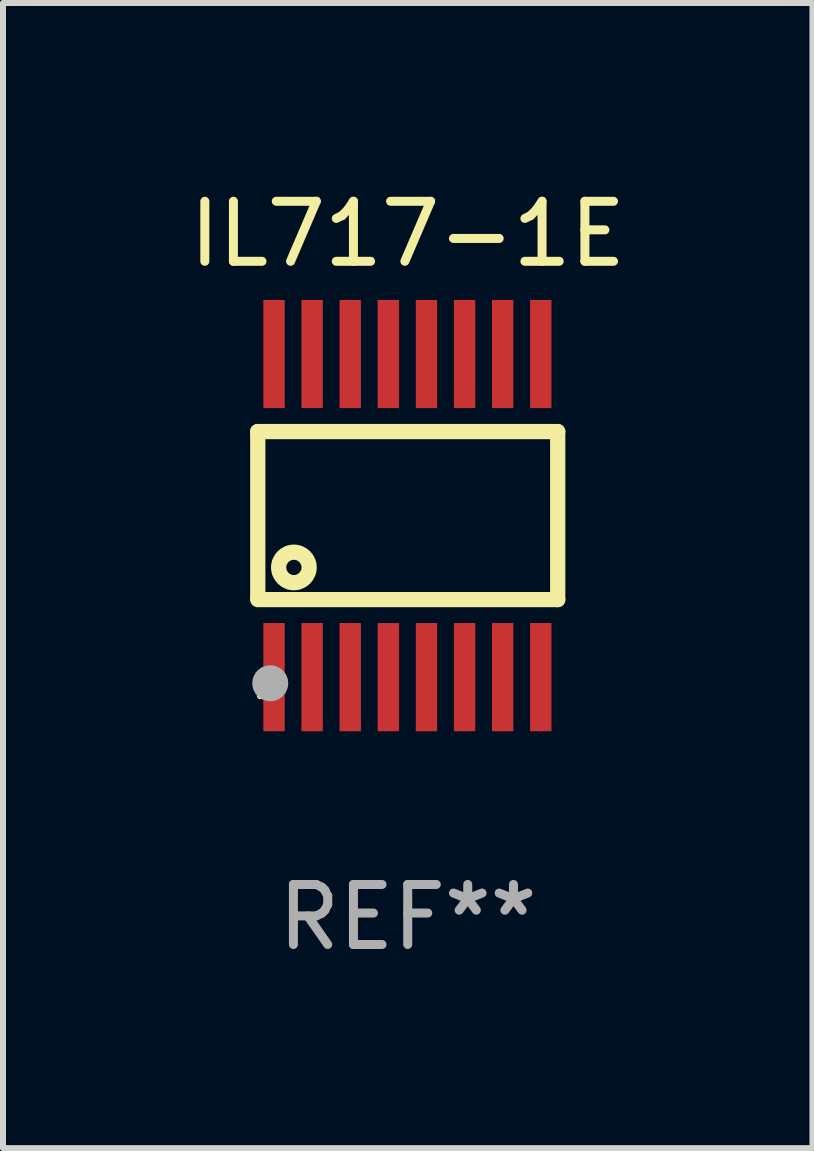
<source format=kicad_pcb>
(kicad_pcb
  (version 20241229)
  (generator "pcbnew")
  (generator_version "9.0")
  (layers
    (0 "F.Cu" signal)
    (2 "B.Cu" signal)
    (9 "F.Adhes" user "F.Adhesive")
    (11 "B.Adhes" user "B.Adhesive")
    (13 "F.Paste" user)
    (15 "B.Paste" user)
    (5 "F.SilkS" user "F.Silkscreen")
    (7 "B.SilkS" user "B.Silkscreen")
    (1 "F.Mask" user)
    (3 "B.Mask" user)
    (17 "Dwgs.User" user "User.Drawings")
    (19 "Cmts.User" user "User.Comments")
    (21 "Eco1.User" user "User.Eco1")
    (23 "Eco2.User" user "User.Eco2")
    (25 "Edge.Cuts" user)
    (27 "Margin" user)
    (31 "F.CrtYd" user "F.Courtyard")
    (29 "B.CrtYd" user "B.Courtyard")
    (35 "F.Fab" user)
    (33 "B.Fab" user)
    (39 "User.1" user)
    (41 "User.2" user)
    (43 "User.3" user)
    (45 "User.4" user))
  (footprint "IL717-1E"
    (layer "F.Cu")
    (at 3.744 5.541)
    (property "Reference" "IL717-1E" (at 0 -4.692 0) (layer "F.SilkS") (effects (font (size 1 1) (thickness 0.15))))
    (attr through_hole)
    (fp_line (start -2.499 1.372) (end -2.499 -1.4) (stroke (width 0.254) (type solid)) (layer "F.SilkS"))
    (fp_line (start 2.499 -1.4) (end -2.499 -1.4) (stroke (width 0.254) (type solid)) (layer "F.SilkS"))
    (fp_line (start 2.499 1.4) (end -2.499 1.4) (stroke (width 0.254) (type solid)) (layer "F.SilkS"))
    (fp_line (start 2.499 1.4) (end 2.499 -1.4) (stroke (width 0.254) (type solid)) (layer "F.SilkS"))
    (fp_circle (center -2.455 3) (end -2.425 3) (stroke (width 0.06) (type solid)) (fill no) (layer "F.SilkS"))
    (fp_circle (center -1.897 0.864) (end -1.643 0.864) (stroke (width 0.254) (type solid)) (fill no) (layer "F.SilkS"))
    (fp_circle (center -2.291 2.794) (end -2.141 2.794) (stroke (width 0.3) (type solid)) (fill no) (layer "F.Fab"))
    (fp_text user "REF**" (at 0 6.692 0) (layer "F.Fab") (effects (font (size 1 1) (thickness 0.15))))
    (pad "1" smd rect (at -2.228 2.692 90) (size 1.803 0.356) (layers "F.Cu" "F.Mask" "F.Paste"))
    (pad "2" smd rect (at -1.593 2.692 90) (size 1.803 0.356) (layers "F.Cu" "F.Mask" "F.Paste"))
    (pad "3" smd rect (at -0.958 2.692 90) (size 1.803 0.356) (layers "F.Cu" "F.Mask" "F.Paste"))
    (pad "4" smd rect (at -0.323 2.692 90) (size 1.803 0.356) (layers "F.Cu" "F.Mask" "F.Paste"))
    (pad "5" smd rect (at 0.312 2.692 90) (size 1.803 0.356) (layers "F.Cu" "F.Mask" "F.Paste"))
    (pad "6" smd rect (at 0.947 2.692 90) (size 1.803 0.356) (layers "F.Cu" "F.Mask" "F.Paste"))
    (pad "7" smd rect (at 1.582 2.692 90) (size 1.803 0.356) (layers "F.Cu" "F.Mask" "F.Paste"))
    (pad "8" smd rect (at 2.217 2.692 90) (size 1.803 0.356) (layers "F.Cu" "F.Mask" "F.Paste"))
    (pad "9" smd rect (at 2.217 -2.692 90) (size 1.803 0.356) (layers "F.Cu" "F.Mask" "F.Paste"))
    (pad "10" smd rect (at 1.582 -2.692 90) (size 1.803 0.356) (layers "F.Cu" "F.Mask" "F.Paste"))
    (pad "11" smd rect (at 0.947 -2.692 90) (size 1.803 0.356) (layers "F.Cu" "F.Mask" "F.Paste"))
    (pad "12" smd rect (at 0.312 -2.692 90) (size 1.803 0.356) (layers "F.Cu" "F.Mask" "F.Paste"))
    (pad "13" smd rect (at -0.323 -2.692 90) (size 1.803 0.356) (layers "F.Cu" "F.Mask" "F.Paste"))
    (pad "14" smd rect (at -0.958 -2.692 90) (size 1.803 0.356) (layers "F.Cu" "F.Mask" "F.Paste"))
    (pad "15" smd rect (at -1.593 -2.692 90) (size 1.803 0.356) (layers "F.Cu" "F.Mask" "F.Paste"))
    (pad "16" smd rect (at -2.228 -2.692 90) (size 1.803 0.356) (layers "F.Cu" "F.Mask" "F.Paste")))
  (gr_rect
    (start -3 -3)
    (end 10.488 16.081)
    (stroke (width 0.1) (type default))
    (fill no)
    (layer "Edge.Cuts")))
</source>
